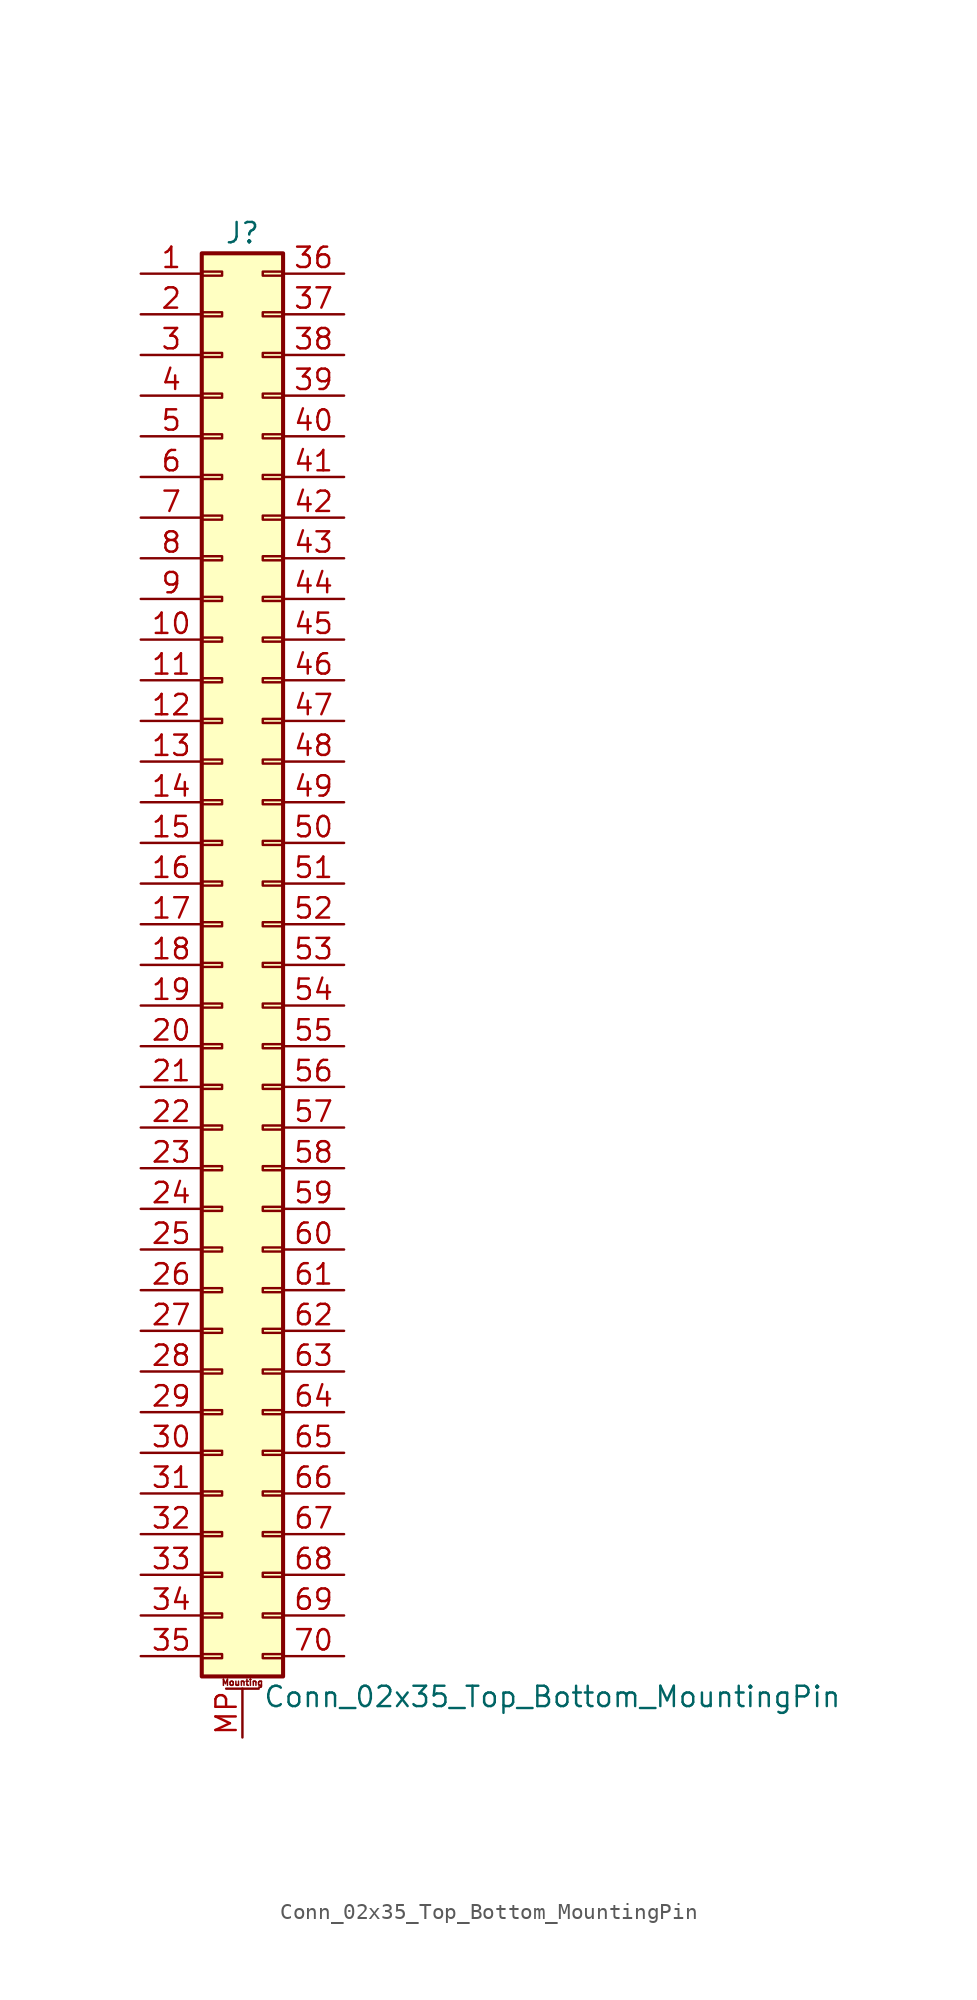
<source format=kicad_sym>
(kicad_symbol_lib
  (version 20211014)
  (generator kicad_symbol_editor)
  (symbol "Conn_02x35_Top_Bottom_MountingPin"
    (pin_names
      (offset 1.016) hide)
    (property "Reference" "J"
      (at 1.27 45.72 0)
      (effects (font (size 1.27 1.27))))
    (property "Value" "Conn_02x35_Top_Bottom_MountingPin"
      (at 2.54 -45.72 0)
      (effects (font (size 1.27 1.27)) (justify left)))
    (symbol "Conn_02x35_Top_Bottom_MountingPin_1_1"
      (rectangle (start -1.27 -43.053) (end 0 -43.307) (stroke (width 0.152) (type default) (color 0 0 0 0)) (fill (type none)))
      (rectangle (start -1.27 -40.513) (end 0 -40.767) (stroke (width 0.152) (type default) (color 0 0 0 0)) (fill (type none)))
      (rectangle (start -1.27 -37.973) (end 0 -38.227) (stroke (width 0.152) (type default) (color 0 0 0 0)) (fill (type none)))
      (rectangle (start -1.27 -35.433) (end 0 -35.687) (stroke (width 0.152) (type default) (color 0 0 0 0)) (fill (type none)))
      (rectangle (start -1.27 -32.893) (end 0 -33.147) (stroke (width 0.152) (type default) (color 0 0 0 0)) (fill (type none)))
      (rectangle (start -1.27 -30.353) (end 0 -30.607) (stroke (width 0.152) (type default) (color 0 0 0 0)) (fill (type none)))
      (rectangle (start -1.27 -27.813) (end 0 -28.067) (stroke (width 0.152) (type default) (color 0 0 0 0)) (fill (type none)))
      (rectangle (start -1.27 -25.273) (end 0 -25.527) (stroke (width 0.152) (type default) (color 0 0 0 0)) (fill (type none)))
      (rectangle (start -1.27 -22.733) (end 0 -22.987) (stroke (width 0.152) (type default) (color 0 0 0 0)) (fill (type none)))
      (rectangle (start -1.27 -20.193) (end 0 -20.447) (stroke (width 0.152) (type default) (color 0 0 0 0)) (fill (type none)))
      (rectangle (start -1.27 -17.653) (end 0 -17.907) (stroke (width 0.152) (type default) (color 0 0 0 0)) (fill (type none)))
      (rectangle (start -1.27 -15.113) (end 0 -15.367) (stroke (width 0.152) (type default) (color 0 0 0 0)) (fill (type none)))
      (rectangle (start -1.27 -12.573) (end 0 -12.827) (stroke (width 0.152) (type default) (color 0 0 0 0)) (fill (type none)))
      (rectangle (start -1.27 -10.033) (end 0 -10.287) (stroke (width 0.152) (type default) (color 0 0 0 0)) (fill (type none)))
      (rectangle (start -1.27 -7.493) (end 0 -7.747) (stroke (width 0.152) (type default) (color 0 0 0 0)) (fill (type none)))
      (rectangle (start -1.27 -4.953) (end 0 -5.207) (stroke (width 0.152) (type default) (color 0 0 0 0)) (fill (type none)))
      (rectangle (start -1.27 -2.413) (end 0 -2.667) (stroke (width 0.152) (type default) (color 0 0 0 0)) (fill (type none)))
      (rectangle (start -1.27 0.127) (end 0 -0.127) (stroke (width 0.152) (type default) (color 0 0 0 0)) (fill (type none)))
      (rectangle (start -1.27 2.667) (end 0 2.413) (stroke (width 0.152) (type default) (color 0 0 0 0)) (fill (type none)))
      (rectangle (start -1.27 5.207) (end 0 4.953) (stroke (width 0.152) (type default) (color 0 0 0 0)) (fill (type none)))
      (rectangle (start -1.27 7.747) (end 0 7.493) (stroke (width 0.152) (type default) (color 0 0 0 0)) (fill (type none)))
      (rectangle (start -1.27 10.287) (end 0 10.033) (stroke (width 0.152) (type default) (color 0 0 0 0)) (fill (type none)))
      (rectangle (start -1.27 12.827) (end 0 12.573) (stroke (width 0.152) (type default) (color 0 0 0 0)) (fill (type none)))
      (rectangle (start -1.27 15.367) (end 0 15.113) (stroke (width 0.152) (type default) (color 0 0 0 0)) (fill (type none)))
      (rectangle (start -1.27 17.907) (end 0 17.653) (stroke (width 0.152) (type default) (color 0 0 0 0)) (fill (type none)))
      (rectangle (start -1.27 20.447) (end 0 20.193) (stroke (width 0.152) (type default) (color 0 0 0 0)) (fill (type none)))
      (rectangle (start -1.27 22.987) (end 0 22.733) (stroke (width 0.152) (type default) (color 0 0 0 0)) (fill (type none)))
      (rectangle (start -1.27 25.527) (end 0 25.273) (stroke (width 0.152) (type default) (color 0 0 0 0)) (fill (type none)))
      (rectangle (start -1.27 28.067) (end 0 27.813) (stroke (width 0.152) (type default) (color 0 0 0 0)) (fill (type none)))
      (rectangle (start -1.27 30.607) (end 0 30.353) (stroke (width 0.152) (type default) (color 0 0 0 0)) (fill (type none)))
      (rectangle (start -1.27 33.147) (end 0 32.893) (stroke (width 0.152) (type default) (color 0 0 0 0)) (fill (type none)))
      (rectangle (start -1.27 35.687) (end 0 35.433) (stroke (width 0.152) (type default) (color 0 0 0 0)) (fill (type none)))
      (rectangle (start -1.27 38.227) (end 0 37.973) (stroke (width 0.152) (type default) (color 0 0 0 0)) (fill (type none)))
      (rectangle (start -1.27 40.767) (end 0 40.513) (stroke (width 0.152) (type default) (color 0 0 0 0)) (fill (type none)))
      (rectangle (start -1.27 43.307) (end 0 43.053) (stroke (width 0.152) (type default) (color 0 0 0 0)) (fill (type none)))
      (rectangle (start -1.27 44.45) (end 3.81 -44.45) (stroke (width 0.254) (type default) (color 0 0 0 0)) (fill (type background)))
      (polyline (pts (xy 0.254 -45.212) (xy 2.286 -45.212)) (stroke (width 0.152) (type default) (color 0 0 0 0)) (fill (type none)))
      (rectangle (start 3.81 -43.053) (end 2.54 -43.307) (stroke (width 0.152) (type default) (color 0 0 0 0)) (fill (type none)))
      (rectangle (start 3.81 -40.513) (end 2.54 -40.767) (stroke (width 0.152) (type default) (color 0 0 0 0)) (fill (type none)))
      (rectangle (start 3.81 -37.973) (end 2.54 -38.227) (stroke (width 0.152) (type default) (color 0 0 0 0)) (fill (type none)))
      (rectangle (start 3.81 -35.433) (end 2.54 -35.687) (stroke (width 0.152) (type default) (color 0 0 0 0)) (fill (type none)))
      (rectangle (start 3.81 -32.893) (end 2.54 -33.147) (stroke (width 0.152) (type default) (color 0 0 0 0)) (fill (type none)))
      (rectangle (start 3.81 -30.353) (end 2.54 -30.607) (stroke (width 0.152) (type default) (color 0 0 0 0)) (fill (type none)))
      (rectangle (start 3.81 -27.813) (end 2.54 -28.067) (stroke (width 0.152) (type default) (color 0 0 0 0)) (fill (type none)))
      (rectangle (start 3.81 -25.273) (end 2.54 -25.527) (stroke (width 0.152) (type default) (color 0 0 0 0)) (fill (type none)))
      (rectangle (start 3.81 -22.733) (end 2.54 -22.987) (stroke (width 0.152) (type default) (color 0 0 0 0)) (fill (type none)))
      (rectangle (start 3.81 -20.193) (end 2.54 -20.447) (stroke (width 0.152) (type default) (color 0 0 0 0)) (fill (type none)))
      (rectangle (start 3.81 -17.653) (end 2.54 -17.907) (stroke (width 0.152) (type default) (color 0 0 0 0)) (fill (type none)))
      (rectangle (start 3.81 -15.113) (end 2.54 -15.367) (stroke (width 0.152) (type default) (color 0 0 0 0)) (fill (type none)))
      (rectangle (start 3.81 -12.573) (end 2.54 -12.827) (stroke (width 0.152) (type default) (color 0 0 0 0)) (fill (type none)))
      (rectangle (start 3.81 -10.033) (end 2.54 -10.287) (stroke (width 0.152) (type default) (color 0 0 0 0)) (fill (type none)))
      (rectangle (start 3.81 -7.493) (end 2.54 -7.747) (stroke (width 0.152) (type default) (color 0 0 0 0)) (fill (type none)))
      (rectangle (start 3.81 -4.953) (end 2.54 -5.207) (stroke (width 0.152) (type default) (color 0 0 0 0)) (fill (type none)))
      (rectangle (start 3.81 -2.413) (end 2.54 -2.667) (stroke (width 0.152) (type default) (color 0 0 0 0)) (fill (type none)))
      (rectangle (start 3.81 0.127) (end 2.54 -0.127) (stroke (width 0.152) (type default) (color 0 0 0 0)) (fill (type none)))
      (rectangle (start 3.81 2.667) (end 2.54 2.413) (stroke (width 0.152) (type default) (color 0 0 0 0)) (fill (type none)))
      (rectangle (start 3.81 5.207) (end 2.54 4.953) (stroke (width 0.152) (type default) (color 0 0 0 0)) (fill (type none)))
      (rectangle (start 3.81 7.747) (end 2.54 7.493) (stroke (width 0.152) (type default) (color 0 0 0 0)) (fill (type none)))
      (rectangle (start 3.81 10.287) (end 2.54 10.033) (stroke (width 0.152) (type default) (color 0 0 0 0)) (fill (type none)))
      (rectangle (start 3.81 12.827) (end 2.54 12.573) (stroke (width 0.152) (type default) (color 0 0 0 0)) (fill (type none)))
      (rectangle (start 3.81 15.367) (end 2.54 15.113) (stroke (width 0.152) (type default) (color 0 0 0 0)) (fill (type none)))
      (rectangle (start 3.81 17.907) (end 2.54 17.653) (stroke (width 0.152) (type default) (color 0 0 0 0)) (fill (type none)))
      (rectangle (start 3.81 20.447) (end 2.54 20.193) (stroke (width 0.152) (type default) (color 0 0 0 0)) (fill (type none)))
      (rectangle (start 3.81 22.987) (end 2.54 22.733) (stroke (width 0.152) (type default) (color 0 0 0 0)) (fill (type none)))
      (rectangle (start 3.81 25.527) (end 2.54 25.273) (stroke (width 0.152) (type default) (color 0 0 0 0)) (fill (type none)))
      (rectangle (start 3.81 28.067) (end 2.54 27.813) (stroke (width 0.152) (type default) (color 0 0 0 0)) (fill (type none)))
      (rectangle (start 3.81 30.607) (end 2.54 30.353) (stroke (width 0.152) (type default) (color 0 0 0 0)) (fill (type none)))
      (rectangle (start 3.81 33.147) (end 2.54 32.893) (stroke (width 0.152) (type default) (color 0 0 0 0)) (fill (type none)))
      (rectangle (start 3.81 35.687) (end 2.54 35.433) (stroke (width 0.152) (type default) (color 0 0 0 0)) (fill (type none)))
      (rectangle (start 3.81 38.227) (end 2.54 37.973) (stroke (width 0.152) (type default) (color 0 0 0 0)) (fill (type none)))
      (rectangle (start 3.81 40.767) (end 2.54 40.513) (stroke (width 0.152) (type default) (color 0 0 0 0)) (fill (type none)))
      (rectangle (start 3.81 43.307) (end 2.54 43.053) (stroke (width 0.152) (type default) (color 0 0 0 0)) (fill (type none)))
      (text "Mounting" (at 1.27 -44.831 0) (effects (font (size 0.381 0.381))))
      (pin passive line (at -5.08 43.18 0) (length 3.81) (name "Pin_1" (effects (font (size 1.27 1.27)))) (number "1" (effects (font (size 1.27 1.27)))))
      (pin passive line (at -5.08 20.32 0) (length 3.81) (name "Pin_10" (effects (font (size 1.27 1.27)))) (number "10" (effects (font (size 1.27 1.27)))))
      (pin passive line (at -5.08 17.78 0) (length 3.81) (name "Pin_11" (effects (font (size 1.27 1.27)))) (number "11" (effects (font (size 1.27 1.27)))))
      (pin passive line (at -5.08 15.24 0) (length 3.81) (name "Pin_12" (effects (font (size 1.27 1.27)))) (number "12" (effects (font (size 1.27 1.27)))))
      (pin passive line (at -5.08 12.7 0) (length 3.81) (name "Pin_13" (effects (font (size 1.27 1.27)))) (number "13" (effects (font (size 1.27 1.27)))))
      (pin passive line (at -5.08 10.16 0) (length 3.81) (name "Pin_14" (effects (font (size 1.27 1.27)))) (number "14" (effects (font (size 1.27 1.27)))))
      (pin passive line (at -5.08 7.62 0) (length 3.81) (name "Pin_15" (effects (font (size 1.27 1.27)))) (number "15" (effects (font (size 1.27 1.27)))))
      (pin passive line (at -5.08 5.08 0) (length 3.81) (name "Pin_16" (effects (font (size 1.27 1.27)))) (number "16" (effects (font (size 1.27 1.27)))))
      (pin passive line (at -5.08 2.54 0) (length 3.81) (name "Pin_17" (effects (font (size 1.27 1.27)))) (number "17" (effects (font (size 1.27 1.27)))))
      (pin passive line (at -5.08 0 0) (length 3.81) (name "Pin_18" (effects (font (size 1.27 1.27)))) (number "18" (effects (font (size 1.27 1.27)))))
      (pin passive line (at -5.08 -2.54 0) (length 3.81) (name "Pin_19" (effects (font (size 1.27 1.27)))) (number "19" (effects (font (size 1.27 1.27)))))
      (pin passive line (at -5.08 40.64 0) (length 3.81) (name "Pin_2" (effects (font (size 1.27 1.27)))) (number "2" (effects (font (size 1.27 1.27)))))
      (pin passive line (at -5.08 -5.08 0) (length 3.81) (name "Pin_20" (effects (font (size 1.27 1.27)))) (number "20" (effects (font (size 1.27 1.27)))))
      (pin passive line (at -5.08 -7.62 0) (length 3.81) (name "Pin_21" (effects (font (size 1.27 1.27)))) (number "21" (effects (font (size 1.27 1.27)))))
      (pin passive line (at -5.08 -10.16 0) (length 3.81) (name "Pin_22" (effects (font (size 1.27 1.27)))) (number "22" (effects (font (size 1.27 1.27)))))
      (pin passive line (at -5.08 -12.7 0) (length 3.81) (name "Pin_23" (effects (font (size 1.27 1.27)))) (number "23" (effects (font (size 1.27 1.27)))))
      (pin passive line (at -5.08 -15.24 0) (length 3.81) (name "Pin_24" (effects (font (size 1.27 1.27)))) (number "24" (effects (font (size 1.27 1.27)))))
      (pin passive line (at -5.08 -17.78 0) (length 3.81) (name "Pin_25" (effects (font (size 1.27 1.27)))) (number "25" (effects (font (size 1.27 1.27)))))
      (pin passive line (at -5.08 -20.32 0) (length 3.81) (name "Pin_26" (effects (font (size 1.27 1.27)))) (number "26" (effects (font (size 1.27 1.27)))))
      (pin passive line (at -5.08 -22.86 0) (length 3.81) (name "Pin_27" (effects (font (size 1.27 1.27)))) (number "27" (effects (font (size 1.27 1.27)))))
      (pin passive line (at -5.08 -25.4 0) (length 3.81) (name "Pin_28" (effects (font (size 1.27 1.27)))) (number "28" (effects (font (size 1.27 1.27)))))
      (pin passive line (at -5.08 -27.94 0) (length 3.81) (name "Pin_29" (effects (font (size 1.27 1.27)))) (number "29" (effects (font (size 1.27 1.27)))))
      (pin passive line (at -5.08 38.1 0) (length 3.81) (name "Pin_3" (effects (font (size 1.27 1.27)))) (number "3" (effects (font (size 1.27 1.27)))))
      (pin passive line (at -5.08 -30.48 0) (length 3.81) (name "Pin_30" (effects (font (size 1.27 1.27)))) (number "30" (effects (font (size 1.27 1.27)))))
      (pin passive line (at -5.08 -33.02 0) (length 3.81) (name "Pin_31" (effects (font (size 1.27 1.27)))) (number "31" (effects (font (size 1.27 1.27)))))
      (pin passive line (at -5.08 -35.56 0) (length 3.81) (name "Pin_32" (effects (font (size 1.27 1.27)))) (number "32" (effects (font (size 1.27 1.27)))))
      (pin passive line (at -5.08 -38.1 0) (length 3.81) (name "Pin_33" (effects (font (size 1.27 1.27)))) (number "33" (effects (font (size 1.27 1.27)))))
      (pin passive line (at -5.08 -40.64 0) (length 3.81) (name "Pin_34" (effects (font (size 1.27 1.27)))) (number "34" (effects (font (size 1.27 1.27)))))
      (pin passive line (at -5.08 -43.18 0) (length 3.81) (name "Pin_35" (effects (font (size 1.27 1.27)))) (number "35" (effects (font (size 1.27 1.27)))))
      (pin passive line (at 7.62 43.18 180) (length 3.81) (name "Pin_36" (effects (font (size 1.27 1.27)))) (number "36" (effects (font (size 1.27 1.27)))))
      (pin passive line (at 7.62 40.64 180) (length 3.81) (name "Pin_37" (effects (font (size 1.27 1.27)))) (number "37" (effects (font (size 1.27 1.27)))))
      (pin passive line (at 7.62 38.1 180) (length 3.81) (name "Pin_38" (effects (font (size 1.27 1.27)))) (number "38" (effects (font (size 1.27 1.27)))))
      (pin passive line (at 7.62 35.56 180) (length 3.81) (name "Pin_39" (effects (font (size 1.27 1.27)))) (number "39" (effects (font (size 1.27 1.27)))))
      (pin passive line (at -5.08 35.56 0) (length 3.81) (name "Pin_4" (effects (font (size 1.27 1.27)))) (number "4" (effects (font (size 1.27 1.27)))))
      (pin passive line (at 7.62 33.02 180) (length 3.81) (name "Pin_40" (effects (font (size 1.27 1.27)))) (number "40" (effects (font (size 1.27 1.27)))))
      (pin passive line (at 7.62 30.48 180) (length 3.81) (name "Pin_41" (effects (font (size 1.27 1.27)))) (number "41" (effects (font (size 1.27 1.27)))))
      (pin passive line (at 7.62 27.94 180) (length 3.81) (name "Pin_42" (effects (font (size 1.27 1.27)))) (number "42" (effects (font (size 1.27 1.27)))))
      (pin passive line (at 7.62 25.4 180) (length 3.81) (name "Pin_43" (effects (font (size 1.27 1.27)))) (number "43" (effects (font (size 1.27 1.27)))))
      (pin passive line (at 7.62 22.86 180) (length 3.81) (name "Pin_44" (effects (font (size 1.27 1.27)))) (number "44" (effects (font (size 1.27 1.27)))))
      (pin passive line (at 7.62 20.32 180) (length 3.81) (name "Pin_45" (effects (font (size 1.27 1.27)))) (number "45" (effects (font (size 1.27 1.27)))))
      (pin passive line (at 7.62 17.78 180) (length 3.81) (name "Pin_46" (effects (font (size 1.27 1.27)))) (number "46" (effects (font (size 1.27 1.27)))))
      (pin passive line (at 7.62 15.24 180) (length 3.81) (name "Pin_47" (effects (font (size 1.27 1.27)))) (number "47" (effects (font (size 1.27 1.27)))))
      (pin passive line (at 7.62 12.7 180) (length 3.81) (name "Pin_48" (effects (font (size 1.27 1.27)))) (number "48" (effects (font (size 1.27 1.27)))))
      (pin passive line (at 7.62 10.16 180) (length 3.81) (name "Pin_49" (effects (font (size 1.27 1.27)))) (number "49" (effects (font (size 1.27 1.27)))))
      (pin passive line (at -5.08 33.02 0) (length 3.81) (name "Pin_5" (effects (font (size 1.27 1.27)))) (number "5" (effects (font (size 1.27 1.27)))))
      (pin passive line (at 7.62 7.62 180) (length 3.81) (name "Pin_50" (effects (font (size 1.27 1.27)))) (number "50" (effects (font (size 1.27 1.27)))))
      (pin passive line (at 7.62 5.08 180) (length 3.81) (name "Pin_51" (effects (font (size 1.27 1.27)))) (number "51" (effects (font (size 1.27 1.27)))))
      (pin passive line (at 7.62 2.54 180) (length 3.81) (name "Pin_52" (effects (font (size 1.27 1.27)))) (number "52" (effects (font (size 1.27 1.27)))))
      (pin passive line (at 7.62 0 180) (length 3.81) (name "Pin_53" (effects (font (size 1.27 1.27)))) (number "53" (effects (font (size 1.27 1.27)))))
      (pin passive line (at 7.62 -2.54 180) (length 3.81) (name "Pin_54" (effects (font (size 1.27 1.27)))) (number "54" (effects (font (size 1.27 1.27)))))
      (pin passive line (at 7.62 -5.08 180) (length 3.81) (name "Pin_55" (effects (font (size 1.27 1.27)))) (number "55" (effects (font (size 1.27 1.27)))))
      (pin passive line (at 7.62 -7.62 180) (length 3.81) (name "Pin_56" (effects (font (size 1.27 1.27)))) (number "56" (effects (font (size 1.27 1.27)))))
      (pin passive line (at 7.62 -10.16 180) (length 3.81) (name "Pin_57" (effects (font (size 1.27 1.27)))) (number "57" (effects (font (size 1.27 1.27)))))
      (pin passive line (at 7.62 -12.7 180) (length 3.81) (name "Pin_58" (effects (font (size 1.27 1.27)))) (number "58" (effects (font (size 1.27 1.27)))))
      (pin passive line (at 7.62 -15.24 180) (length 3.81) (name "Pin_59" (effects (font (size 1.27 1.27)))) (number "59" (effects (font (size 1.27 1.27)))))
      (pin passive line (at -5.08 30.48 0) (length 3.81) (name "Pin_6" (effects (font (size 1.27 1.27)))) (number "6" (effects (font (size 1.27 1.27)))))
      (pin passive line (at 7.62 -17.78 180) (length 3.81) (name "Pin_60" (effects (font (size 1.27 1.27)))) (number "60" (effects (font (size 1.27 1.27)))))
      (pin passive line (at 7.62 -20.32 180) (length 3.81) (name "Pin_61" (effects (font (size 1.27 1.27)))) (number "61" (effects (font (size 1.27 1.27)))))
      (pin passive line (at 7.62 -22.86 180) (length 3.81) (name "Pin_62" (effects (font (size 1.27 1.27)))) (number "62" (effects (font (size 1.27 1.27)))))
      (pin passive line (at 7.62 -25.4 180) (length 3.81) (name "Pin_63" (effects (font (size 1.27 1.27)))) (number "63" (effects (font (size 1.27 1.27)))))
      (pin passive line (at 7.62 -27.94 180) (length 3.81) (name "Pin_64" (effects (font (size 1.27 1.27)))) (number "64" (effects (font (size 1.27 1.27)))))
      (pin passive line (at 7.62 -30.48 180) (length 3.81) (name "Pin_65" (effects (font (size 1.27 1.27)))) (number "65" (effects (font (size 1.27 1.27)))))
      (pin passive line (at 7.62 -33.02 180) (length 3.81) (name "Pin_66" (effects (font (size 1.27 1.27)))) (number "66" (effects (font (size 1.27 1.27)))))
      (pin passive line (at 7.62 -35.56 180) (length 3.81) (name "Pin_67" (effects (font (size 1.27 1.27)))) (number "67" (effects (font (size 1.27 1.27)))))
      (pin passive line (at 7.62 -38.1 180) (length 3.81) (name "Pin_68" (effects (font (size 1.27 1.27)))) (number "68" (effects (font (size 1.27 1.27)))))
      (pin passive line (at 7.62 -40.64 180) (length 3.81) (name "Pin_69" (effects (font (size 1.27 1.27)))) (number "69" (effects (font (size 1.27 1.27)))))
      (pin passive line (at -5.08 27.94 0) (length 3.81) (name "Pin_7" (effects (font (size 1.27 1.27)))) (number "7" (effects (font (size 1.27 1.27)))))
      (pin passive line (at 7.62 -43.18 180) (length 3.81) (name "Pin_70" (effects (font (size 1.27 1.27)))) (number "70" (effects (font (size 1.27 1.27)))))
      (pin passive line (at -5.08 25.4 0) (length 3.81) (name "Pin_8" (effects (font (size 1.27 1.27)))) (number "8" (effects (font (size 1.27 1.27)))))
      (pin passive line (at -5.08 22.86 0) (length 3.81) (name "Pin_9" (effects (font (size 1.27 1.27)))) (number "9" (effects (font (size 1.27 1.27)))))
      (pin passive line (at 1.27 -48.26 90) (length 3.048) (name "MountPin" (effects (font (size 1.27 1.27)))) (number "MP" (effects (font (size 1.27 1.27))))))))
</source>
